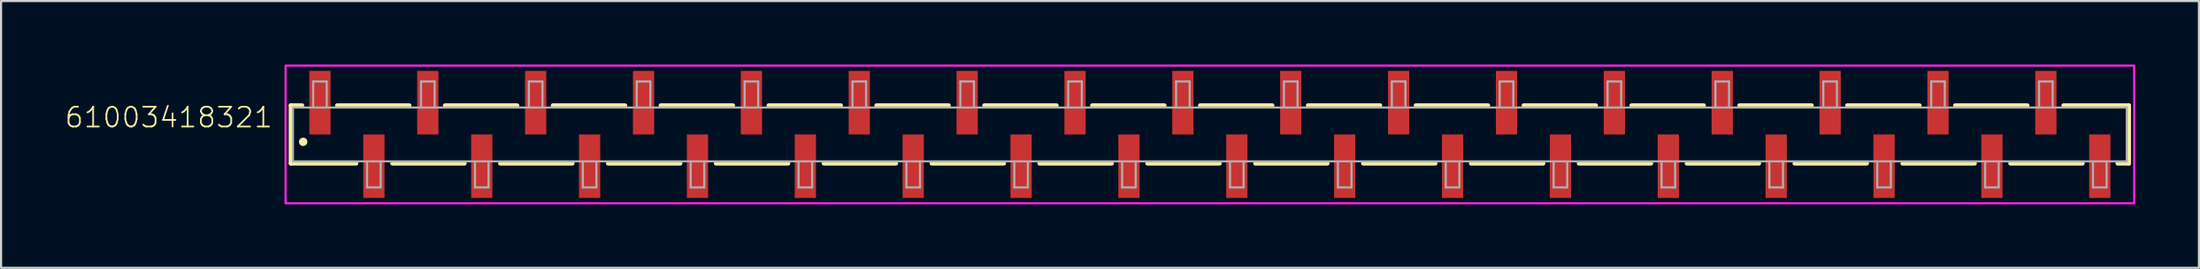
<source format=kicad_pcb>
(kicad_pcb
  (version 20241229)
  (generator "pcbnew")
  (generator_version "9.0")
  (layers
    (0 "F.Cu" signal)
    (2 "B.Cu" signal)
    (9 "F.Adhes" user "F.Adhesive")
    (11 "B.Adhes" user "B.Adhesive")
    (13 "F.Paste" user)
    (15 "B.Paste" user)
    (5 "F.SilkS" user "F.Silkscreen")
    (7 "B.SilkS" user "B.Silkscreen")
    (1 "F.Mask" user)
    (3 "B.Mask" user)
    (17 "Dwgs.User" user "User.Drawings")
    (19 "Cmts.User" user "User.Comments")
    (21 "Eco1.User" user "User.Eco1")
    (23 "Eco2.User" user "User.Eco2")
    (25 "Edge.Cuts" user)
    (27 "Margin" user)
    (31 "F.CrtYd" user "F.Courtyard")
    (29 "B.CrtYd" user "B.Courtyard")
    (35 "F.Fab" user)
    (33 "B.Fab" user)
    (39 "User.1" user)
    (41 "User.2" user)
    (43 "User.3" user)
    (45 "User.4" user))
  (footprint "61003418321"
    (layer "F.Cu")
    (at 53.927 3.3)
    (property "Reference" "61003418321" (at -44.078 -0.256 0) (unlocked yes) (layer "F.SilkS") (effects (font (size 0.935 0.935) (thickness 0.081)) (justify right bottom)))
    (fp_line (start -43.28 -1.37) (end -43.28 1.37) (stroke (width 0.2) (type solid)) (layer "F.SilkS"))
    (fp_line (start -43.28 1.37) (end -40.2 1.37) (stroke (width 0.2) (type solid)) (layer "F.SilkS"))
    (fp_line (start -42.75 -1.37) (end -43.28 -1.37) (stroke (width 0.2) (type solid)) (layer "F.SilkS"))
    (fp_line (start -38.5 1.37) (end -35.1 1.37) (stroke (width 0.2) (type solid)) (layer "F.SilkS"))
    (fp_line (start -37.7 -1.37) (end -41.1 -1.37) (stroke (width 0.2) (type solid)) (layer "F.SilkS"))
    (fp_line (start -33.42 1.37) (end -30.02 1.37) (stroke (width 0.2) (type solid)) (layer "F.SilkS"))
    (fp_line (start -32.62 -1.37) (end -36.02 -1.37) (stroke (width 0.2) (type solid)) (layer "F.SilkS"))
    (fp_line (start -28.34 1.37) (end -24.94 1.37) (stroke (width 0.2) (type solid)) (layer "F.SilkS"))
    (fp_line (start -27.54 -1.37) (end -30.94 -1.37) (stroke (width 0.2) (type solid)) (layer "F.SilkS"))
    (fp_line (start -23.26 1.37) (end -19.86 1.37) (stroke (width 0.2) (type solid)) (layer "F.SilkS"))
    (fp_line (start -22.46 -1.37) (end -25.86 -1.37) (stroke (width 0.2) (type solid)) (layer "F.SilkS"))
    (fp_line (start -18.18 1.37) (end -14.78 1.37) (stroke (width 0.2) (type solid)) (layer "F.SilkS"))
    (fp_line (start -17.38 -1.37) (end -20.78 -1.37) (stroke (width 0.2) (type solid)) (layer "F.SilkS"))
    (fp_line (start -13.1 1.37) (end -9.7 1.37) (stroke (width 0.2) (type solid)) (layer "F.SilkS"))
    (fp_line (start -12.3 -1.37) (end -15.7 -1.37) (stroke (width 0.2) (type solid)) (layer "F.SilkS"))
    (fp_line (start -8.02 1.37) (end -4.62 1.37) (stroke (width 0.2) (type solid)) (layer "F.SilkS"))
    (fp_line (start -7.22 -1.37) (end -10.62 -1.37) (stroke (width 0.2) (type solid)) (layer "F.SilkS"))
    (fp_line (start -2.94 1.37) (end 0.46 1.37) (stroke (width 0.2) (type solid)) (layer "F.SilkS"))
    (fp_line (start -2.14 -1.37) (end -5.54 -1.37) (stroke (width 0.2) (type solid)) (layer "F.SilkS"))
    (fp_line (start 2.14 1.37) (end 5.54 1.37) (stroke (width 0.2) (type solid)) (layer "F.SilkS"))
    (fp_line (start 2.94 -1.37) (end -0.46 -1.37) (stroke (width 0.2) (type solid)) (layer "F.SilkS"))
    (fp_line (start 7.22 1.37) (end 10.62 1.37) (stroke (width 0.2) (type solid)) (layer "F.SilkS"))
    (fp_line (start 8.02 -1.37) (end 4.62 -1.37) (stroke (width 0.2) (type solid)) (layer "F.SilkS"))
    (fp_line (start 12.3 1.37) (end 15.7 1.37) (stroke (width 0.2) (type solid)) (layer "F.SilkS"))
    (fp_line (start 13.1 -1.37) (end 9.7 -1.37) (stroke (width 0.2) (type solid)) (layer "F.SilkS"))
    (fp_line (start 17.38 1.37) (end 20.78 1.37) (stroke (width 0.2) (type solid)) (layer "F.SilkS"))
    (fp_line (start 18.18 -1.37) (end 14.78 -1.37) (stroke (width 0.2) (type solid)) (layer "F.SilkS"))
    (fp_line (start 22.46 1.37) (end 25.86 1.37) (stroke (width 0.2) (type solid)) (layer "F.SilkS"))
    (fp_line (start 23.26 -1.37) (end 19.86 -1.37) (stroke (width 0.2) (type solid)) (layer "F.SilkS"))
    (fp_line (start 27.54 1.37) (end 30.94 1.37) (stroke (width 0.2) (type solid)) (layer "F.SilkS"))
    (fp_line (start 28.34 -1.37) (end 24.94 -1.37) (stroke (width 0.2) (type solid)) (layer "F.SilkS"))
    (fp_line (start 32.62 1.37) (end 36.02 1.37) (stroke (width 0.2) (type solid)) (layer "F.SilkS"))
    (fp_line (start 33.42 -1.37) (end 30.02 -1.37) (stroke (width 0.2) (type solid)) (layer "F.SilkS"))
    (fp_line (start 37.7 1.37) (end 41.1 1.37) (stroke (width 0.2) (type solid)) (layer "F.SilkS"))
    (fp_line (start 38.5 -1.37) (end 35.1 -1.37) (stroke (width 0.2) (type solid)) (layer "F.SilkS"))
    (fp_line (start 42.75 1.37) (end 43.28 1.37) (stroke (width 0.2) (type solid)) (layer "F.SilkS"))
    (fp_line (start 43.28 -1.37) (end 40.2 -1.37) (stroke (width 0.2) (type solid)) (layer "F.SilkS"))
    (fp_line (start 43.28 1.37) (end 43.28 -1.37) (stroke (width 0.2) (type solid)) (layer "F.SilkS"))
    (fp_circle (center -42.7 0.35) (end -42.6 0.35) (stroke (width 0.2) (type solid)) (fill no) (layer "F.SilkS"))
    (fp_poly (pts (xy 43.53 3.25) (xy -43.53 3.25) (xy -43.53 -3.25) (xy 43.53 -3.25)) (stroke (width 0.1) (type default)) (fill no) (layer "F.CrtYd"))
    (fp_line (start -43.18 -1.27) (end -43.18 1.27) (stroke (width 0.1) (type solid)) (layer "F.Fab"))
    (fp_line (start -43.18 1.27) (end 43.18 1.27) (stroke (width 0.1) (type solid)) (layer "F.Fab"))
    (fp_line (start -42.23 -2.5) (end -41.59 -2.5) (stroke (width 0.1) (type solid)) (layer "F.Fab"))
    (fp_line (start -42.23 -1.3) (end -42.23 -2.5) (stroke (width 0.1) (type solid)) (layer "F.Fab"))
    (fp_line (start -41.59 -2.5) (end -41.59 -1.3) (stroke (width 0.1) (type solid)) (layer "F.Fab"))
    (fp_line (start -39.69 2.5) (end -39.69 1.3) (stroke (width 0.1) (type solid)) (layer "F.Fab"))
    (fp_line (start -39.05 1.3) (end -39.05 2.5) (stroke (width 0.1) (type solid)) (layer "F.Fab"))
    (fp_line (start -39.05 2.5) (end -39.69 2.5) (stroke (width 0.1) (type solid)) (layer "F.Fab"))
    (fp_line (start -37.15 -2.5) (end -36.51 -2.5) (stroke (width 0.1) (type solid)) (layer "F.Fab"))
    (fp_line (start -37.15 -1.3) (end -37.15 -2.5) (stroke (width 0.1) (type solid)) (layer "F.Fab"))
    (fp_line (start -36.51 -2.5) (end -36.51 -1.3) (stroke (width 0.1) (type solid)) (layer "F.Fab"))
    (fp_line (start -34.61 2.5) (end -34.61 1.3) (stroke (width 0.1) (type solid)) (layer "F.Fab"))
    (fp_line (start -33.97 1.3) (end -33.97 2.5) (stroke (width 0.1) (type solid)) (layer "F.Fab"))
    (fp_line (start -33.97 2.5) (end -34.61 2.5) (stroke (width 0.1) (type solid)) (layer "F.Fab"))
    (fp_line (start -32.07 -2.5) (end -31.43 -2.5) (stroke (width 0.1) (type solid)) (layer "F.Fab"))
    (fp_line (start -32.07 -1.3) (end -32.07 -2.5) (stroke (width 0.1) (type solid)) (layer "F.Fab"))
    (fp_line (start -31.43 -2.5) (end -31.43 -1.3) (stroke (width 0.1) (type solid)) (layer "F.Fab"))
    (fp_line (start -29.53 2.5) (end -29.53 1.3) (stroke (width 0.1) (type solid)) (layer "F.Fab"))
    (fp_line (start -28.89 1.3) (end -28.89 2.5) (stroke (width 0.1) (type solid)) (layer "F.Fab"))
    (fp_line (start -28.89 2.5) (end -29.53 2.5) (stroke (width 0.1) (type solid)) (layer "F.Fab"))
    (fp_line (start -26.99 -2.5) (end -26.35 -2.5) (stroke (width 0.1) (type solid)) (layer "F.Fab"))
    (fp_line (start -26.99 -1.3) (end -26.99 -2.5) (stroke (width 0.1) (type solid)) (layer "F.Fab"))
    (fp_line (start -26.35 -2.5) (end -26.35 -1.3) (stroke (width 0.1) (type solid)) (layer "F.Fab"))
    (fp_line (start -24.45 2.5) (end -24.45 1.3) (stroke (width 0.1) (type solid)) (layer "F.Fab"))
    (fp_line (start -23.81 1.3) (end -23.81 2.5) (stroke (width 0.1) (type solid)) (layer "F.Fab"))
    (fp_line (start -23.81 2.5) (end -24.45 2.5) (stroke (width 0.1) (type solid)) (layer "F.Fab"))
    (fp_line (start -21.91 -2.5) (end -21.27 -2.5) (stroke (width 0.1) (type solid)) (layer "F.Fab"))
    (fp_line (start -21.91 -1.3) (end -21.91 -2.5) (stroke (width 0.1) (type solid)) (layer "F.Fab"))
    (fp_line (start -21.27 -2.5) (end -21.27 -1.3) (stroke (width 0.1) (type solid)) (layer "F.Fab"))
    (fp_line (start -19.37 2.5) (end -19.37 1.3) (stroke (width 0.1) (type solid)) (layer "F.Fab"))
    (fp_line (start -18.73 1.3) (end -18.73 2.5) (stroke (width 0.1) (type solid)) (layer "F.Fab"))
    (fp_line (start -18.73 2.5) (end -19.37 2.5) (stroke (width 0.1) (type solid)) (layer "F.Fab"))
    (fp_line (start -16.83 -2.5) (end -16.19 -2.5) (stroke (width 0.1) (type solid)) (layer "F.Fab"))
    (fp_line (start -16.83 -1.3) (end -16.83 -2.5) (stroke (width 0.1) (type solid)) (layer "F.Fab"))
    (fp_line (start -16.19 -2.5) (end -16.19 -1.3) (stroke (width 0.1) (type solid)) (layer "F.Fab"))
    (fp_line (start -14.29 2.5) (end -14.29 1.3) (stroke (width 0.1) (type solid)) (layer "F.Fab"))
    (fp_line (start -13.65 1.3) (end -13.65 2.5) (stroke (width 0.1) (type solid)) (layer "F.Fab"))
    (fp_line (start -13.65 2.5) (end -14.29 2.5) (stroke (width 0.1) (type solid)) (layer "F.Fab"))
    (fp_line (start -11.75 -2.5) (end -11.11 -2.5) (stroke (width 0.1) (type solid)) (layer "F.Fab"))
    (fp_line (start -11.75 -1.3) (end -11.75 -2.5) (stroke (width 0.1) (type solid)) (layer "F.Fab"))
    (fp_line (start -11.11 -2.5) (end -11.11 -1.3) (stroke (width 0.1) (type solid)) (layer "F.Fab"))
    (fp_line (start -9.21 2.5) (end -9.21 1.3) (stroke (width 0.1) (type solid)) (layer "F.Fab"))
    (fp_line (start -8.57 1.3) (end -8.57 2.5) (stroke (width 0.1) (type solid)) (layer "F.Fab"))
    (fp_line (start -8.57 2.5) (end -9.21 2.5) (stroke (width 0.1) (type solid)) (layer "F.Fab"))
    (fp_line (start -6.67 -2.5) (end -6.03 -2.5) (stroke (width 0.1) (type solid)) (layer "F.Fab"))
    (fp_line (start -6.67 -1.3) (end -6.67 -2.5) (stroke (width 0.1) (type solid)) (layer "F.Fab"))
    (fp_line (start -6.03 -2.5) (end -6.03 -1.3) (stroke (width 0.1) (type solid)) (layer "F.Fab"))
    (fp_line (start -4.13 2.5) (end -4.13 1.3) (stroke (width 0.1) (type solid)) (layer "F.Fab"))
    (fp_line (start -3.49 1.3) (end -3.49 2.5) (stroke (width 0.1) (type solid)) (layer "F.Fab"))
    (fp_line (start -3.49 2.5) (end -4.13 2.5) (stroke (width 0.1) (type solid)) (layer "F.Fab"))
    (fp_line (start -1.59 -2.5) (end -0.95 -2.5) (stroke (width 0.1) (type solid)) (layer "F.Fab"))
    (fp_line (start -1.59 -1.3) (end -1.59 -2.5) (stroke (width 0.1) (type solid)) (layer "F.Fab"))
    (fp_line (start -0.95 -2.5) (end -0.95 -1.3) (stroke (width 0.1) (type solid)) (layer "F.Fab"))
    (fp_line (start 0.95 2.5) (end 0.95 1.3) (stroke (width 0.1) (type solid)) (layer "F.Fab"))
    (fp_line (start 1.59 1.3) (end 1.59 2.5) (stroke (width 0.1) (type solid)) (layer "F.Fab"))
    (fp_line (start 1.59 2.5) (end 0.95 2.5) (stroke (width 0.1) (type solid)) (layer "F.Fab"))
    (fp_line (start 3.49 -2.5) (end 4.13 -2.5) (stroke (width 0.1) (type solid)) (layer "F.Fab"))
    (fp_line (start 3.49 -1.3) (end 3.49 -2.5) (stroke (width 0.1) (type solid)) (layer "F.Fab"))
    (fp_line (start 4.13 -2.5) (end 4.13 -1.3) (stroke (width 0.1) (type solid)) (layer "F.Fab"))
    (fp_line (start 6.03 2.5) (end 6.03 1.3) (stroke (width 0.1) (type solid)) (layer "F.Fab"))
    (fp_line (start 6.67 1.3) (end 6.67 2.5) (stroke (width 0.1) (type solid)) (layer "F.Fab"))
    (fp_line (start 6.67 2.5) (end 6.03 2.5) (stroke (width 0.1) (type solid)) (layer "F.Fab"))
    (fp_line (start 8.57 -2.5) (end 9.21 -2.5) (stroke (width 0.1) (type solid)) (layer "F.Fab"))
    (fp_line (start 8.57 -1.3) (end 8.57 -2.5) (stroke (width 0.1) (type solid)) (layer "F.Fab"))
    (fp_line (start 9.21 -2.5) (end 9.21 -1.3) (stroke (width 0.1) (type solid)) (layer "F.Fab"))
    (fp_line (start 11.11 2.5) (end 11.11 1.3) (stroke (width 0.1) (type solid)) (layer "F.Fab"))
    (fp_line (start 11.75 1.3) (end 11.75 2.5) (stroke (width 0.1) (type solid)) (layer "F.Fab"))
    (fp_line (start 11.75 2.5) (end 11.11 2.5) (stroke (width 0.1) (type solid)) (layer "F.Fab"))
    (fp_line (start 13.65 -2.5) (end 14.29 -2.5) (stroke (width 0.1) (type solid)) (layer "F.Fab"))
    (fp_line (start 13.65 -1.3) (end 13.65 -2.5) (stroke (width 0.1) (type solid)) (layer "F.Fab"))
    (fp_line (start 14.29 -2.5) (end 14.29 -1.3) (stroke (width 0.1) (type solid)) (layer "F.Fab"))
    (fp_line (start 16.19 2.5) (end 16.19 1.3) (stroke (width 0.1) (type solid)) (layer "F.Fab"))
    (fp_line (start 16.83 1.3) (end 16.83 2.5) (stroke (width 0.1) (type solid)) (layer "F.Fab"))
    (fp_line (start 16.83 2.5) (end 16.19 2.5) (stroke (width 0.1) (type solid)) (layer "F.Fab"))
    (fp_line (start 18.73 -2.5) (end 19.37 -2.5) (stroke (width 0.1) (type solid)) (layer "F.Fab"))
    (fp_line (start 18.73 -1.3) (end 18.73 -2.5) (stroke (width 0.1) (type solid)) (layer "F.Fab"))
    (fp_line (start 19.37 -2.5) (end 19.37 -1.3) (stroke (width 0.1) (type solid)) (layer "F.Fab"))
    (fp_line (start 21.27 2.5) (end 21.27 1.3) (stroke (width 0.1) (type solid)) (layer "F.Fab"))
    (fp_line (start 21.91 1.3) (end 21.91 2.5) (stroke (width 0.1) (type solid)) (layer "F.Fab"))
    (fp_line (start 21.91 2.5) (end 21.27 2.5) (stroke (width 0.1) (type solid)) (layer "F.Fab"))
    (fp_line (start 23.81 -2.5) (end 24.45 -2.5) (stroke (width 0.1) (type solid)) (layer "F.Fab"))
    (fp_line (start 23.81 -1.3) (end 23.81 -2.5) (stroke (width 0.1) (type solid)) (layer "F.Fab"))
    (fp_line (start 24.45 -2.5) (end 24.45 -1.3) (stroke (width 0.1) (type solid)) (layer "F.Fab"))
    (fp_line (start 26.35 2.5) (end 26.35 1.3) (stroke (width 0.1) (type solid)) (layer "F.Fab"))
    (fp_line (start 26.99 1.3) (end 26.99 2.5) (stroke (width 0.1) (type solid)) (layer "F.Fab"))
    (fp_line (start 26.99 2.5) (end 26.35 2.5) (stroke (width 0.1) (type solid)) (layer "F.Fab"))
    (fp_line (start 28.89 -2.5) (end 29.53 -2.5) (stroke (width 0.1) (type solid)) (layer "F.Fab"))
    (fp_line (start 28.89 -1.3) (end 28.89 -2.5) (stroke (width 0.1) (type solid)) (layer "F.Fab"))
    (fp_line (start 29.53 -2.5) (end 29.53 -1.3) (stroke (width 0.1) (type solid)) (layer "F.Fab"))
    (fp_line (start 31.43 2.5) (end 31.43 1.3) (stroke (width 0.1) (type solid)) (layer "F.Fab"))
    (fp_line (start 32.07 1.3) (end 32.07 2.5) (stroke (width 0.1) (type solid)) (layer "F.Fab"))
    (fp_line (start 32.07 2.5) (end 31.43 2.5) (stroke (width 0.1) (type solid)) (layer "F.Fab"))
    (fp_line (start 33.97 -2.5) (end 34.61 -2.5) (stroke (width 0.1) (type solid)) (layer "F.Fab"))
    (fp_line (start 33.97 -1.3) (end 33.97 -2.5) (stroke (width 0.1) (type solid)) (layer "F.Fab"))
    (fp_line (start 34.61 -2.5) (end 34.61 -1.3) (stroke (width 0.1) (type solid)) (layer "F.Fab"))
    (fp_line (start 36.51 2.5) (end 36.51 1.3) (stroke (width 0.1) (type solid)) (layer "F.Fab"))
    (fp_line (start 37.15 1.3) (end 37.15 2.5) (stroke (width 0.1) (type solid)) (layer "F.Fab"))
    (fp_line (start 37.15 2.5) (end 36.51 2.5) (stroke (width 0.1) (type solid)) (layer "F.Fab"))
    (fp_line (start 39.05 -2.5) (end 39.69 -2.5) (stroke (width 0.1) (type solid)) (layer "F.Fab"))
    (fp_line (start 39.05 -1.3) (end 39.05 -2.5) (stroke (width 0.1) (type solid)) (layer "F.Fab"))
    (fp_line (start 39.69 -2.5) (end 39.69 -1.3) (stroke (width 0.1) (type solid)) (layer "F.Fab"))
    (fp_line (start 41.59 2.5) (end 41.59 1.3) (stroke (width 0.1) (type solid)) (layer "F.Fab"))
    (fp_line (start 42.23 1.3) (end 42.23 2.5) (stroke (width 0.1) (type solid)) (layer "F.Fab"))
    (fp_line (start 42.23 2.5) (end 41.59 2.5) (stroke (width 0.1) (type solid)) (layer "F.Fab"))
    (fp_line (start 43.18 -1.27) (end -43.18 -1.27) (stroke (width 0.1) (type solid)) (layer "F.Fab"))
    (fp_line (start 43.18 1.27) (end 43.18 -1.27) (stroke (width 0.1) (type solid)) (layer "F.Fab"))
    (pad "1" smd rect (at -41.91 -1.5) (size 1 3) (layers "F.Cu" "F.Mask" "F.Paste"))
    (pad "2" smd rect (at -39.37 1.5) (size 1 3) (layers "F.Cu" "F.Mask" "F.Paste"))
    (pad "3" smd rect (at -36.83 -1.5) (size 1 3) (layers "F.Cu" "F.Mask" "F.Paste"))
    (pad "4" smd rect (at -34.29 1.5) (size 1 3) (layers "F.Cu" "F.Mask" "F.Paste"))
    (pad "5" smd rect (at -31.75 -1.5) (size 1 3) (layers "F.Cu" "F.Mask" "F.Paste"))
    (pad "6" smd rect (at -29.21 1.5) (size 1 3) (layers "F.Cu" "F.Mask" "F.Paste"))
    (pad "7" smd rect (at -26.67 -1.5) (size 1 3) (layers "F.Cu" "F.Mask" "F.Paste"))
    (pad "8" smd rect (at -24.13 1.5) (size 1 3) (layers "F.Cu" "F.Mask" "F.Paste"))
    (pad "9" smd rect (at -21.59 -1.5) (size 1 3) (layers "F.Cu" "F.Mask" "F.Paste"))
    (pad "10" smd rect (at -19.05 1.5) (size 1 3) (layers "F.Cu" "F.Mask" "F.Paste"))
    (pad "11" smd rect (at -16.51 -1.5) (size 1 3) (layers "F.Cu" "F.Mask" "F.Paste"))
    (pad "12" smd rect (at -13.97 1.5) (size 1 3) (layers "F.Cu" "F.Mask" "F.Paste"))
    (pad "13" smd rect (at -11.43 -1.5) (size 1 3) (layers "F.Cu" "F.Mask" "F.Paste"))
    (pad "14" smd rect (at -8.89 1.5) (size 1 3) (layers "F.Cu" "F.Mask" "F.Paste"))
    (pad "15" smd rect (at -6.35 -1.5) (size 1 3) (layers "F.Cu" "F.Mask" "F.Paste"))
    (pad "16" smd rect (at -3.81 1.5) (size 1 3) (layers "F.Cu" "F.Mask" "F.Paste"))
    (pad "17" smd rect (at -1.27 -1.5) (size 1 3) (layers "F.Cu" "F.Mask" "F.Paste"))
    (pad "18" smd rect (at 1.27 1.5) (size 1 3) (layers "F.Cu" "F.Mask" "F.Paste"))
    (pad "19" smd rect (at 3.81 -1.5 180) (size 1 3) (layers "F.Cu" "F.Mask" "F.Paste"))
    (pad "20" smd rect (at 6.35 1.5 180) (size 1 3) (layers "F.Cu" "F.Mask" "F.Paste"))
    (pad "21" smd rect (at 8.89 -1.5 180) (size 1 3) (layers "F.Cu" "F.Mask" "F.Paste"))
    (pad "22" smd rect (at 11.43 1.5 180) (size 1 3) (layers "F.Cu" "F.Mask" "F.Paste"))
    (pad "23" smd rect (at 13.97 -1.5 180) (size 1 3) (layers "F.Cu" "F.Mask" "F.Paste"))
    (pad "24" smd rect (at 16.51 1.5 180) (size 1 3) (layers "F.Cu" "F.Mask" "F.Paste"))
    (pad "25" smd rect (at 19.05 -1.5 180) (size 1 3) (layers "F.Cu" "F.Mask" "F.Paste"))
    (pad "26" smd rect (at 21.59 1.5 180) (size 1 3) (layers "F.Cu" "F.Mask" "F.Paste"))
    (pad "27" smd rect (at 24.13 -1.5 180) (size 1 3) (layers "F.Cu" "F.Mask" "F.Paste"))
    (pad "28" smd rect (at 26.67 1.5 180) (size 1 3) (layers "F.Cu" "F.Mask" "F.Paste"))
    (pad "29" smd rect (at 29.21 -1.5 180) (size 1 3) (layers "F.Cu" "F.Mask" "F.Paste"))
    (pad "30" smd rect (at 31.75 1.5 180) (size 1 3) (layers "F.Cu" "F.Mask" "F.Paste"))
    (pad "31" smd rect (at 34.29 -1.5 180) (size 1 3) (layers "F.Cu" "F.Mask" "F.Paste"))
    (pad "32" smd rect (at 36.83 1.5 180) (size 1 3) (layers "F.Cu" "F.Mask" "F.Paste"))
    (pad "33" smd rect (at 39.37 -1.5 180) (size 1 3) (layers "F.Cu" "F.Mask" "F.Paste"))
    (pad "34" smd rect (at 41.91 1.5 180) (size 1 3) (layers "F.Cu" "F.Mask" "F.Paste")))
  (gr_rect
    (start -3 -3)
    (end 100.507 9.6)
    (stroke (width 0.1) (type default))
    (fill no)
    (layer "Edge.Cuts")))
</source>
